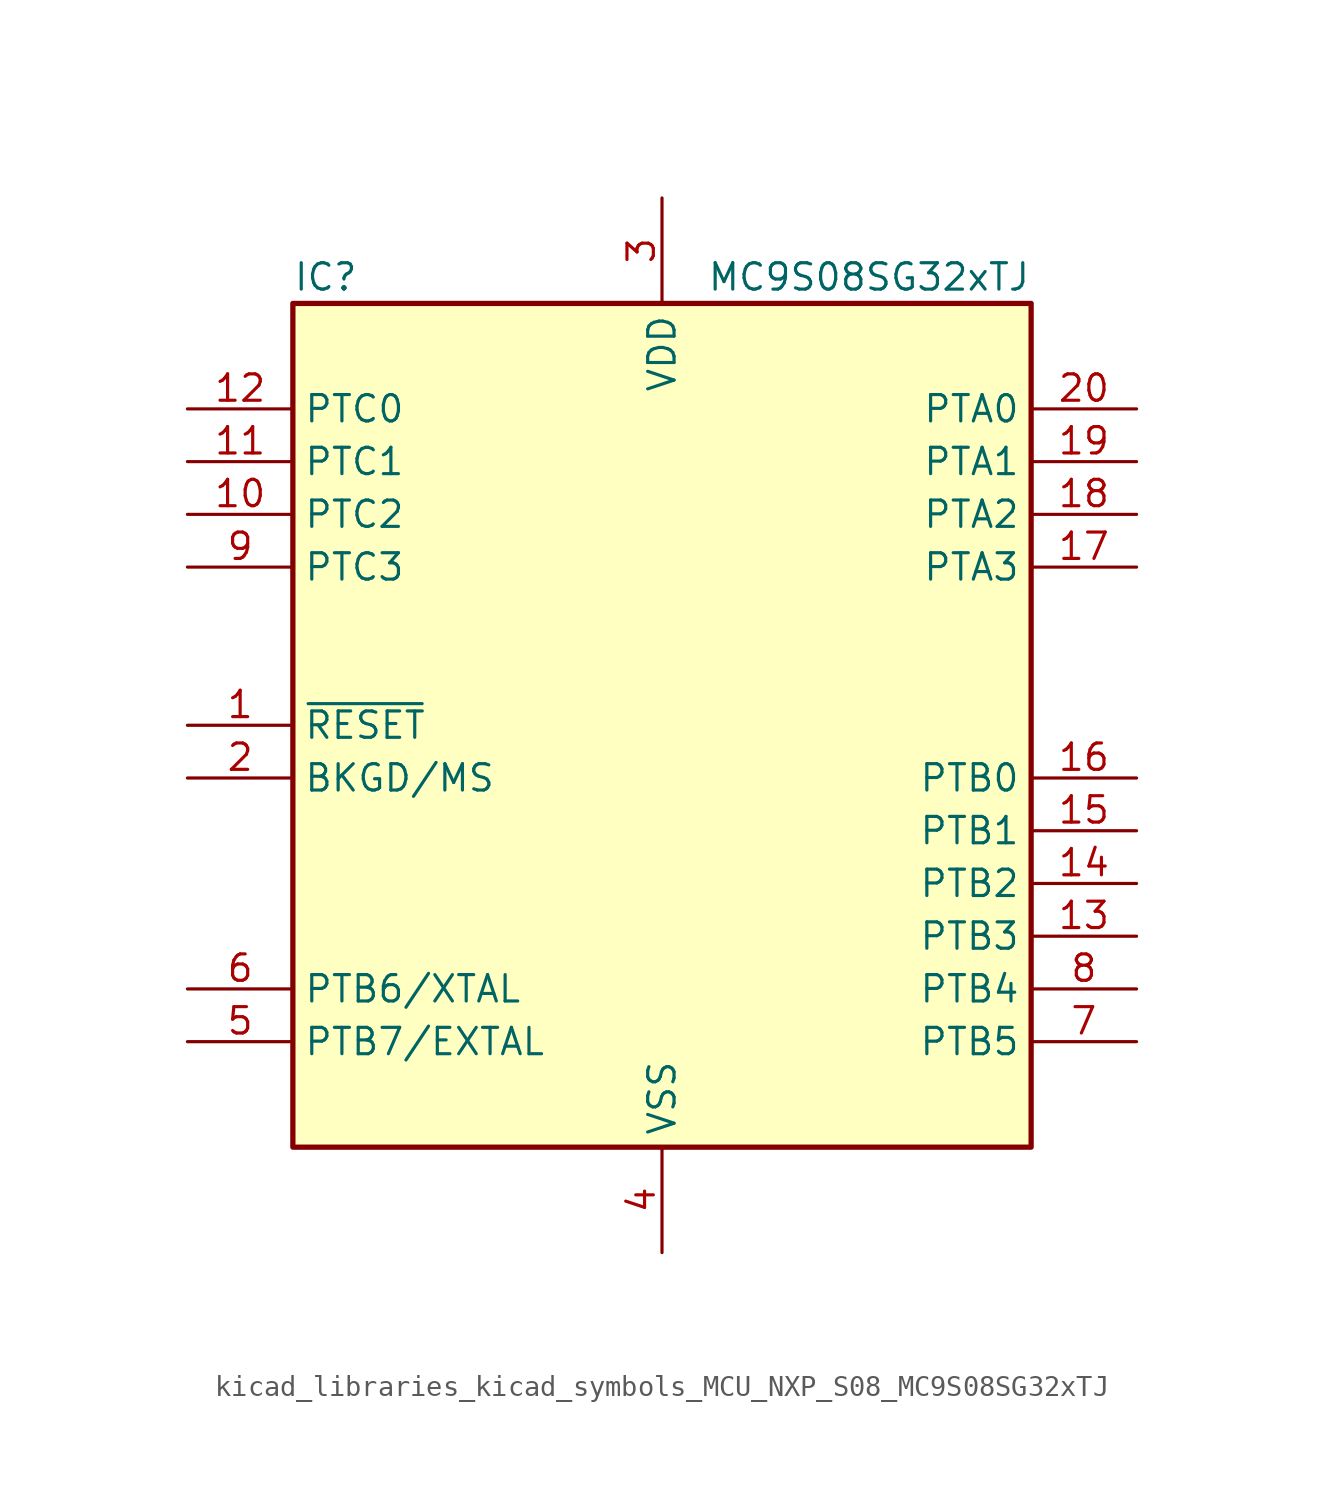
<source format=kicad_sym>
(kicad_symbol_lib
  (version 20220914)
  (generator kicad_symbol_editor)
  (symbol "kicad_libraries_kicad_symbols_MCU_NXP_S08_MC9S08SG32xTJ"
    (property "Reference" "IC"
      (at -17.78 21.59 0)
      (effects (font (size 1.27 1.27)) (justify left)))
    (property "Value" "MC9S08SG32xTJ"
      (at 17.78 21.59 0)
      (effects (font (size 1.27 1.27)) (justify right)))
    (symbol "kicad_libraries_kicad_symbols_MCU_NXP_S08_MC9S08SG32xTJ_0_1"
      (rectangle (start -17.78 20.32) (end 17.78 -20.32) (stroke (width 0.254) (type default)) (fill (type background))))
    (symbol "kicad_libraries_kicad_symbols_MCU_NXP_S08_MC9S08SG32xTJ_1_1"
      (pin input line (at -22.86 0 0) (length 5.08) (name "~{RESET}" (effects (font (size 1.27 1.27)))) (number "1" (effects (font (size 1.27 1.27)))))
      (pin bidirectional line (at -22.86 10.16 0) (length 5.08) (name "PTC2" (effects (font (size 1.27 1.27)))) (number "10" (effects (font (size 1.27 1.27)))))
      (pin bidirectional line (at -22.86 12.7 0) (length 5.08) (name "PTC1" (effects (font (size 1.27 1.27)))) (number "11" (effects (font (size 1.27 1.27)))))
      (pin bidirectional line (at -22.86 15.24 0) (length 5.08) (name "PTC0" (effects (font (size 1.27 1.27)))) (number "12" (effects (font (size 1.27 1.27)))))
      (pin bidirectional line (at 22.86 -10.16 180) (length 5.08) (name "PTB3" (effects (font (size 1.27 1.27)))) (number "13" (effects (font (size 1.27 1.27)))))
      (pin bidirectional line (at 22.86 -7.62 180) (length 5.08) (name "PTB2" (effects (font (size 1.27 1.27)))) (number "14" (effects (font (size 1.27 1.27)))))
      (pin bidirectional line (at 22.86 -5.08 180) (length 5.08) (name "PTB1" (effects (font (size 1.27 1.27)))) (number "15" (effects (font (size 1.27 1.27)))))
      (pin bidirectional line (at 22.86 -2.54 180) (length 5.08) (name "PTB0" (effects (font (size 1.27 1.27)))) (number "16" (effects (font (size 1.27 1.27)))))
      (pin bidirectional line (at 22.86 7.62 180) (length 5.08) (name "PTA3" (effects (font (size 1.27 1.27)))) (number "17" (effects (font (size 1.27 1.27)))))
      (pin bidirectional line (at 22.86 10.16 180) (length 5.08) (name "PTA2" (effects (font (size 1.27 1.27)))) (number "18" (effects (font (size 1.27 1.27)))))
      (pin bidirectional line (at 22.86 12.7 180) (length 5.08) (name "PTA1" (effects (font (size 1.27 1.27)))) (number "19" (effects (font (size 1.27 1.27)))))
      (pin bidirectional line (at -22.86 -2.54 0) (length 5.08) (name "BKGD/MS" (effects (font (size 1.27 1.27)))) (number "2" (effects (font (size 1.27 1.27)))))
      (pin bidirectional line (at 22.86 15.24 180) (length 5.08) (name "PTA0" (effects (font (size 1.27 1.27)))) (number "20" (effects (font (size 1.27 1.27)))))
      (pin power_in line (at 0 25.4 270) (length 5.08) (name "VDD" (effects (font (size 1.27 1.27)))) (number "3" (effects (font (size 1.27 1.27)))))
      (pin power_in line (at 0 -25.4 90) (length 5.08) (name "VSS" (effects (font (size 1.27 1.27)))) (number "4" (effects (font (size 1.27 1.27)))))
      (pin bidirectional line (at -22.86 -15.24 0) (length 5.08) (name "PTB7/EXTAL" (effects (font (size 1.27 1.27)))) (number "5" (effects (font (size 1.27 1.27)))))
      (pin bidirectional line (at -22.86 -12.7 0) (length 5.08) (name "PTB6/XTAL" (effects (font (size 1.27 1.27)))) (number "6" (effects (font (size 1.27 1.27)))))
      (pin bidirectional line (at 22.86 -15.24 180) (length 5.08) (name "PTB5" (effects (font (size 1.27 1.27)))) (number "7" (effects (font (size 1.27 1.27)))))
      (pin bidirectional line (at 22.86 -12.7 180) (length 5.08) (name "PTB4" (effects (font (size 1.27 1.27)))) (number "8" (effects (font (size 1.27 1.27)))))
      (pin bidirectional line (at -22.86 7.62 0) (length 5.08) (name "PTC3" (effects (font (size 1.27 1.27)))) (number "9" (effects (font (size 1.27 1.27))))))))
</source>
